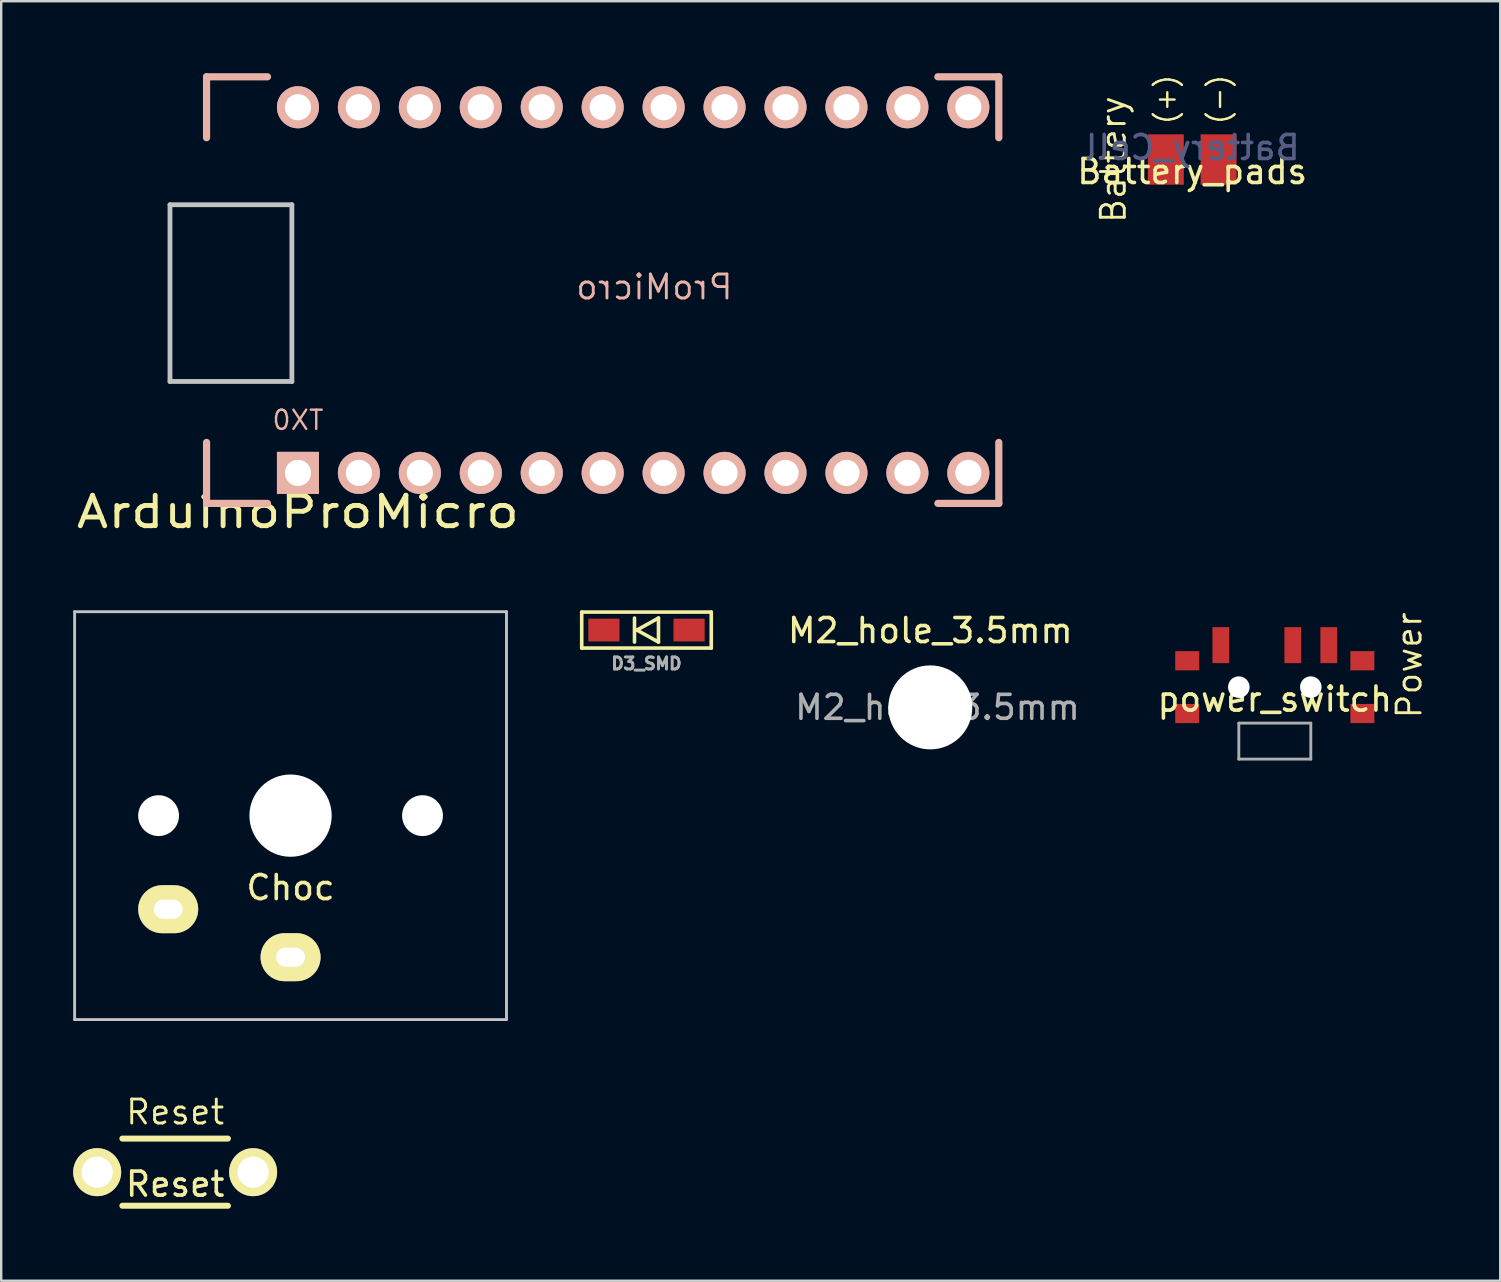
<source format=kicad_pcb>
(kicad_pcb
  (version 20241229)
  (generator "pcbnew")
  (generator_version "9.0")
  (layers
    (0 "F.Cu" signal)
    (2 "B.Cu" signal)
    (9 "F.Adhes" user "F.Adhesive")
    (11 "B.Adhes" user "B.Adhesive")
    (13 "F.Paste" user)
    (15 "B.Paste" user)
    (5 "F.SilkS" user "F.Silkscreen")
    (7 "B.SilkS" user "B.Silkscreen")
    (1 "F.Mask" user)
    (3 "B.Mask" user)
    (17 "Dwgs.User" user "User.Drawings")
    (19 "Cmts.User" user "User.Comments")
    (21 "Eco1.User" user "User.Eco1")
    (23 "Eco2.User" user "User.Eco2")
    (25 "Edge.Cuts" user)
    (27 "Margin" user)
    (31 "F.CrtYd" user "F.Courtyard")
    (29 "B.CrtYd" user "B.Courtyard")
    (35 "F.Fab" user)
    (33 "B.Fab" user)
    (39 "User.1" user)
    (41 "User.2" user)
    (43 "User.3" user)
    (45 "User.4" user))
  (footprint "Reset"
    (layer "F.Cu")
    (at 4.25 45.805)
    (property "Reference" "Reset" (at 0 0.5 0) (layer "F.SilkS") (effects (font (size 1 1) (thickness 0.15))))
    (attr through_hole)
    (fp_line (start -2.2 -1.4) (end 2.2 -1.4) (stroke (width 0.25) (type solid)) (layer "F.SilkS"))
    (fp_line (start -2.2 1.4) (end 2.2 1.4) (stroke (width 0.25) (type solid)) (layer "F.SilkS"))
    (fp_text user "Reset" (at 0 -2.505 0) (layer "F.SilkS") (effects (font (size 1 1) (thickness 0.12))))
    (pad "1" thru_hole circle (at 3.25 0) (size 2 2) (drill 1.3) (layers "*.Cu" "B.Mask" "F.SilkS"))
    (pad "2" thru_hole circle (at -3.25 0) (size 2 2) (drill 1.3) (layers "*.Cu" "B.Mask" "F.SilkS")))
  (footprint "D3_SMD"
    (layer "F.Cu")
    (at 23.895 23.21)
    (property "Reference" "D3_SMD" (at 0 1.397 0) (layer "F.Fab") (effects (font (size 0.5 0.5) (thickness 0.125))))
    (attr through_hole)
    (fp_line (start -2.7 -0.75) (end -2.7 0.75) (stroke (width 0.15) (type solid)) (layer "F.SilkS"))
    (fp_line (start -2.7 0.75) (end 2.7 0.75) (stroke (width 0.15) (type solid)) (layer "F.SilkS"))
    (fp_line (start -0.5 -0.5) (end -0.5 0.5) (stroke (width 0.15) (type solid)) (layer "F.SilkS"))
    (fp_line (start -0.4 0) (end 0.5 -0.5) (stroke (width 0.15) (type solid)) (layer "F.SilkS"))
    (fp_line (start 0.5 -0.5) (end 0.5 0.5) (stroke (width 0.15) (type solid)) (layer "F.SilkS"))
    (fp_line (start 0.5 0.5) (end -0.4 0) (stroke (width 0.15) (type solid)) (layer "F.SilkS"))
    (fp_line (start 2.7 -0.75) (end -2.7 -0.75) (stroke (width 0.15) (type solid)) (layer "F.SilkS"))
    (fp_line (start 2.7 -0.75) (end 2.7 0.75) (stroke (width 0.15) (type solid)) (layer "F.SilkS"))
    (pad "1" smd rect (at -1.775 0) (size 1.3 0.95) (layers "F.Cu" "F.Mask" "F.Paste"))
    (pad "2" smd rect (at 1.775 0) (size 1.3 0.95) (layers "F.Cu" "F.Mask" "F.Paste")))
  (footprint "Battery_pads"
    (layer "F.Cu")
    (at 46.64 3.599)
    (property "Reference" "Battery_pads" (at 0 0.5 0) (layer "F.SilkS") (effects (font (size 1 1) (thickness 0.15))))
    (attr through_hole)
    (fp_poly (pts (xy -1.799 1) (xy -1.799 -1) (xy -0.399 -1) (xy -0.399 1)) (stroke (width 0.1) (type solid)) (fill yes) (layer "F.Mask"))
    (fp_poly (pts (xy 0.4 1) (xy 0.4 -1) (xy 1.8 -1) (xy 1.8 1)) (stroke (width 0.1) (type solid)) (fill yes) (layer "F.Mask"))
    (fp_text user "(+)" (at -1.1 -2.5 90) (layer "F.SilkS") (effects (font (size 0.8 0.8) (thickness 0.1))))
    (fp_text user "Battery" (at -3.287 0 90) (layer "F.SilkS") (effects (font (size 1 1) (thickness 0.12))))
    (fp_text user "(-)" (at 1.1 -2.5 90) (layer "F.SilkS") (effects (font (size 0.8 0.8) (thickness 0.1))))
    (fp_text user "Battery_Cell" (at 0 -0.5 0) (layer "B.Fab") (effects (font (size 1 1) (thickness 0.15)) (justify mirror)))
    (pad "1" smd rect (at -1.1 0) (size 1.5 2.1) (layers "F.Cu"))
    (pad "2" smd rect (at 1.1 0) (size 1.5 2.1) (layers "F.Cu")))
  (footprint "Choc"
    (layer "F.Cu")
    (at 9.06 30.945)
    (property "Reference" "Choc" (at 0 3 0) (layer "F.SilkS") (effects (font (size 1 1) (thickness 0.15))))
    (attr through_hole)
    (fp_line (start -9 -8.5) (end 9 -8.5) (stroke (width 0.12) (type solid)) (layer "Dwgs.User"))
    (fp_line (start -9 8.5) (end -9 -8.5) (stroke (width 0.12) (type solid)) (layer "Dwgs.User"))
    (fp_line (start 9 -8.5) (end 9 8.5) (stroke (width 0.12) (type solid)) (layer "Dwgs.User"))
    (fp_line (start 9 8.5) (end -9 8.5) (stroke (width 0.12) (type solid)) (layer "Dwgs.User"))
    (fp_line (start -6.9 6.9) (end -6.9 -6.9) (stroke (width 0.15) (type solid)) (layer "Eco2.User"))
    (fp_line (start -6.9 6.9) (end 6.9 6.9) (stroke (width 0.15) (type solid)) (layer "Eco2.User"))
    (fp_line (start 6.9 -6.9) (end -6.9 -6.9) (stroke (width 0.15) (type solid)) (layer "Eco2.User"))
    (fp_line (start 6.9 -6.9) (end 6.9 6.9) (stroke (width 0.15) (type solid)) (layer "Eco2.User"))
    (pad "" np_thru_hole circle (at -5.5 0) (size 1.702 1.702) (drill 1.702) (layers "*.Cu" "*.Mask"))
    (pad "" np_thru_hole circle (at 0 0) (size 3.429 3.429) (drill 3.429) (layers "*.Cu" "*.Mask"))
    (pad "" np_thru_hole circle (at 5.5 0) (size 1.702 1.702) (drill 1.702) (layers "*.Cu" "*.Mask"))
    (pad "1" thru_hole oval (at -5.1 3.9) (size 2.5 2) (drill oval 1.2 0.8) (layers "*.Cu" "B.Mask" "F.SilkS"))
    (pad "2" thru_hole oval (at 0 5.9) (size 2.5 2) (drill oval 1.2 0.8) (layers "*.Cu" "B.Mask" "F.SilkS")))
  (footprint "ArduinoProMicro"
    (layer "F.Cu")
    (at 9.369 16.66)
    (property "Reference" "ArduinoProMicro" (at 0 1.625 180) (layer "F.SilkS") (effects (font (size 1.27 1.524) (thickness 0.203))))
    (attr through_hole)
    (fp_line (start -3.81 -16.51) (end -3.81 -13.97) (stroke (width 0.3) (type solid)) (layer "B.SilkS"))
    (fp_line (start -3.81 -1.27) (end -3.81 1.27) (stroke (width 0.3) (type solid)) (layer "B.SilkS"))
    (fp_line (start -3.81 1.27) (end -1.27 1.27) (stroke (width 0.3) (type solid)) (layer "B.SilkS"))
    (fp_line (start -1.27 -16.51) (end -3.81 -16.51) (stroke (width 0.3) (type solid)) (layer "B.SilkS"))
    (fp_line (start 29.21 -16.51) (end 26.67 -16.51) (stroke (width 0.3) (type solid)) (layer "B.SilkS"))
    (fp_line (start 29.21 -16.51) (end 29.21 -13.97) (stroke (width 0.3) (type solid)) (layer "B.SilkS"))
    (fp_line (start 29.21 -1.27) (end 29.21 1.27) (stroke (width 0.3) (type solid)) (layer "B.SilkS"))
    (fp_line (start 29.21 1.27) (end 26.67 1.27) (stroke (width 0.3) (type solid)) (layer "B.SilkS"))
    (fp_line (start -5.334 -11.176) (end -0.254 -11.176) (stroke (width 0.2) (type solid)) (layer "Dwgs.User"))
    (fp_line (start -5.334 -3.81) (end -5.334 -11.176) (stroke (width 0.2) (type solid)) (layer "Dwgs.User"))
    (fp_line (start -0.254 -11.176) (end -0.254 -3.81) (stroke (width 0.2) (type solid)) (layer "Dwgs.User"))
    (fp_line (start -0.254 -3.81) (end -5.334 -3.81) (stroke (width 0.2) (type solid)) (layer "Dwgs.User"))
    (fp_text user "ProMicro" (at 14.854 -7.746 180) (layer "B.SilkS") (effects (font (size 1 1) (thickness 0.12)) (justify mirror)))
    (fp_text user "TX0" (at 0 -2.2 180) (layer "B.SilkS") (effects (font (size 0.8 0.8) (thickness 0.1)) (justify mirror)))
    (pad "1" thru_hole rect (at 0 0) (size 1.753 1.753) (drill 1.092) (layers "*.Cu" "F.Mask" "B.SilkS"))
    (pad "2" thru_hole circle (at 2.54 0) (size 1.753 1.753) (drill 1.092) (layers "*.Cu" "F.Mask" "B.SilkS"))
    (pad "3" thru_hole circle (at 5.08 0) (size 1.753 1.753) (drill 1.092) (layers "*.Cu" "F.Mask" "B.SilkS"))
    (pad "4" thru_hole circle (at 7.62 0) (size 1.753 1.753) (drill 1.092) (layers "*.Cu" "F.Mask" "B.SilkS"))
    (pad "5" thru_hole circle (at 10.16 0) (size 1.753 1.753) (drill 1.092) (layers "*.Cu" "F.Mask" "B.SilkS"))
    (pad "6" thru_hole circle (at 12.7 0) (size 1.753 1.753) (drill 1.092) (layers "*.Cu" "F.Mask" "B.SilkS"))
    (pad "7" thru_hole circle (at 15.24 0) (size 1.753 1.753) (drill 1.092) (layers "*.Cu" "F.Mask" "B.SilkS"))
    (pad "8" thru_hole circle (at 17.78 0) (size 1.753 1.753) (drill 1.092) (layers "*.Cu" "F.Mask" "B.SilkS"))
    (pad "9" thru_hole circle (at 20.32 0) (size 1.753 1.753) (drill 1.092) (layers "*.Cu" "F.Mask" "B.SilkS"))
    (pad "10" thru_hole circle (at 22.86 0) (size 1.753 1.753) (drill 1.092) (layers "*.Cu" "F.Mask" "B.SilkS"))
    (pad "11" thru_hole circle (at 25.4 0) (size 1.753 1.753) (drill 1.092) (layers "*.Cu" "F.Mask" "B.SilkS"))
    (pad "12" thru_hole circle (at 27.94 0) (size 1.753 1.753) (drill 1.092) (layers "*.Cu" "F.Mask" "B.SilkS"))
    (pad "13" thru_hole circle (at 27.94 -15.24) (size 1.753 1.753) (drill 1.092) (layers "*.Cu" "F.Mask" "B.SilkS"))
    (pad "14" thru_hole circle (at 25.4 -15.24) (size 1.753 1.753) (drill 1.092) (layers "*.Cu" "F.Mask" "B.SilkS"))
    (pad "15" thru_hole circle (at 22.86 -15.24) (size 1.753 1.753) (drill 1.092) (layers "*.Cu" "F.Mask" "B.SilkS"))
    (pad "16" thru_hole circle (at 20.32 -15.24) (size 1.753 1.753) (drill 1.092) (layers "*.Cu" "F.Mask" "B.SilkS"))
    (pad "17" thru_hole circle (at 17.78 -15.24) (size 1.753 1.753) (drill 1.092) (layers "*.Cu" "F.Mask" "B.SilkS"))
    (pad "18" thru_hole circle (at 15.24 -15.24) (size 1.753 1.753) (drill 1.092) (layers "*.Cu" "F.Mask" "B.SilkS"))
    (pad "19" thru_hole circle (at 12.7 -15.24) (size 1.753 1.753) (drill 1.092) (layers "*.Cu" "F.Mask" "B.SilkS"))
    (pad "20" thru_hole circle (at 10.16 -15.24) (size 1.753 1.753) (drill 1.092) (layers "*.Cu" "F.Mask" "B.SilkS"))
    (pad "21" thru_hole circle (at 7.62 -15.24) (size 1.753 1.753) (drill 1.092) (layers "*.Cu" "F.Mask" "B.SilkS"))
    (pad "22" thru_hole circle (at 5.08 -15.24) (size 1.753 1.753) (drill 1.092) (layers "*.Cu" "F.Mask" "B.SilkS"))
    (pad "23" thru_hole circle (at 2.54 -15.24) (size 1.753 1.753) (drill 1.092) (layers "*.Cu" "F.Mask" "B.SilkS"))
    (pad "24" thru_hole circle (at 0 -15.24) (size 1.753 1.753) (drill 1.092) (layers "*.Cu" "F.Mask" "B.SilkS")))
  (footprint "M2_hole_3.5mm"
    (layer "F.Cu")
    (at 35.724 26.433)
    (property "Reference" "M2_hole_3.5mm" (at 0 -3.2 0) (layer "F.SilkS") (effects (font (size 1 1) (thickness 0.15))))
    (attr through_hole)
    (fp_text user "${REFERENCE}" (at 0.3 0 0) (layer "F.Fab") (effects (font (size 1 1) (thickness 0.15))))
    (pad "" np_thru_hole circle (at 0 0) (size 3.5 3.5) (drill 3.5) (layers "*.Cu" "*.Mask")))
  (footprint "power_switch"
    (layer "F.Cu")
    (at 50.083 25.589)
    (property "Reference" "power_switch" (at 0 0.5 0) (layer "F.SilkS") (effects (font (size 1 1) (thickness 0.15))))
    (attr through_hole)
    (fp_line (start -1.5 1.5) (end -1.5 3) (stroke (width 0.12) (type solid)) (layer "F.Fab"))
    (fp_line (start -1.5 3) (end 1.5 3) (stroke (width 0.12) (type solid)) (layer "F.Fab"))
    (fp_line (start 1.5 1.5) (end -1.5 1.5) (stroke (width 0.12) (type solid)) (layer "F.Fab"))
    (fp_line (start 1.5 3) (end 1.5 1.5) (stroke (width 0.12) (type solid)) (layer "F.Fab"))
    (fp_text user "Power" (at 5.599 -0.91 270) (layer "F.SilkS") (effects (font (size 1 1) (thickness 0.12))))
    (pad "" smd rect (at -3.65 -1.1) (size 1 0.8) (layers "F.Cu" "F.Mask" "F.Paste"))
    (pad "" smd rect (at -3.65 1.1) (size 1 0.8) (layers "F.Cu" "F.Mask" "F.Paste"))
    (pad "" np_thru_hole circle (at -1.5 0) (size 0.9 0.9) (drill 0.9) (layers "*.Cu" "*.Mask"))
    (pad "" np_thru_hole circle (at 1.5 0) (size 0.9 0.9) (drill 0.9) (layers "*.Cu" "*.Mask"))
    (pad "" smd rect (at 3.65 -1.1) (size 1 0.8) (layers "F.Cu" "F.Mask" "F.Paste"))
    (pad "" smd rect (at 3.65 1.1) (size 1 0.8) (layers "F.Cu" "F.Mask" "F.Paste"))
    (pad "1" smd rect (at -2.25 -1.75) (size 0.7 1.5) (layers "F.Cu" "F.Mask" "F.Paste"))
    (pad "2" smd rect (at 0.75 -1.75) (size 0.7 1.5) (layers "F.Cu" "F.Mask" "F.Paste"))
    (pad "3" smd rect (at 2.25 -1.75) (size 0.7 1.5) (layers "F.Cu" "F.Mask" "F.Paste")))
  (gr_rect
    (start -3 -3)
    (end 59.478 50.33)
    (stroke (width 0.1) (type default))
    (fill no)
    (layer "Edge.Cuts")))
</source>
